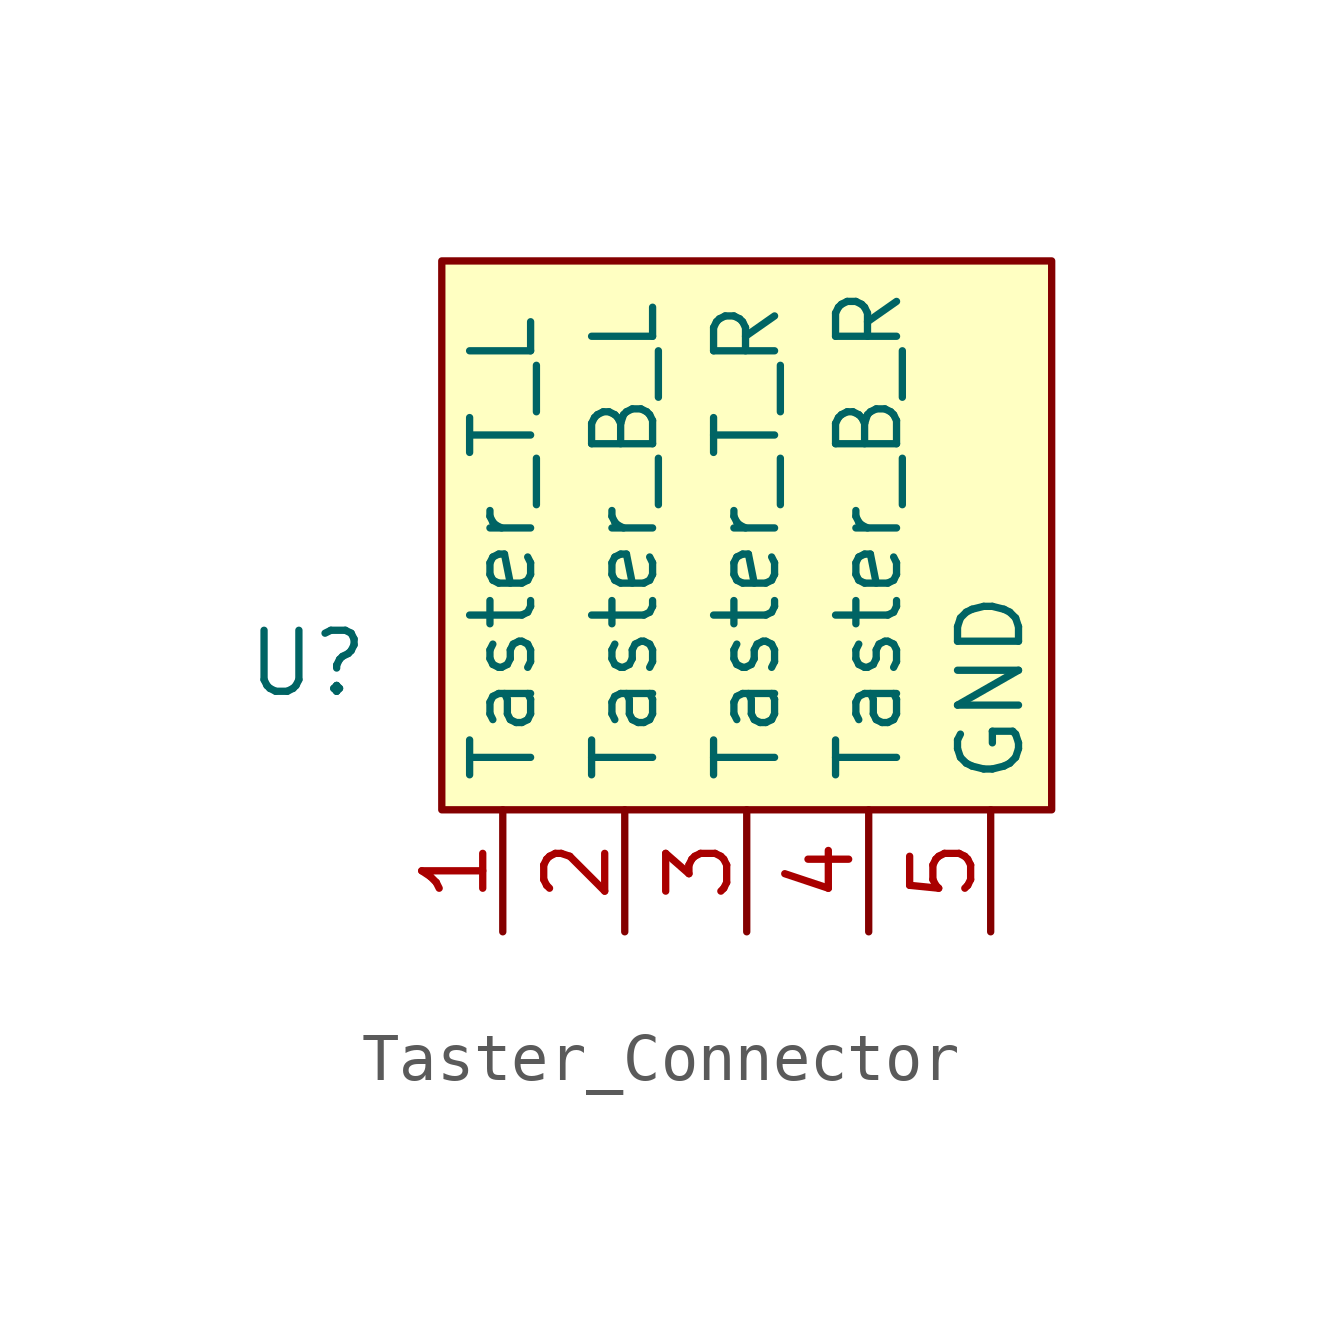
<source format=kicad_sym>
(kicad_symbol_lib
  (version 20231120)
  (generator "kicad_symbol_editor")
  (generator_version "8.0")
  (symbol "Taster_Connector"
    (property "Reference" "U"
      (at -2.794 3.048 0)
      (effects (font (size 1.27 1.27))))
    (property "Value" ""
      (at 0 0 0)
      (effects (font (size 1.27 1.27))))
    (symbol "Taster_Connector_1_1"
      (rectangle (start 0 11.43) (end 12.7 0) (stroke (width 0) (type default)) (fill (type background)))
      (pin input line (at 1.27 -2.54 90) (length 2.54) (name "Taster_T_L" (effects (font (size 1.27 1.27)))) (number "1" (effects (font (size 1.27 1.27)))))
      (pin input line (at 3.81 -2.54 90) (length 2.54) (name "Taster_B_L" (effects (font (size 1.27 1.27)))) (number "2" (effects (font (size 1.27 1.27)))))
      (pin input line (at 6.35 -2.54 90) (length 2.54) (name "Taster_T_R" (effects (font (size 1.27 1.27)))) (number "3" (effects (font (size 1.27 1.27)))))
      (pin input line (at 8.89 -2.54 90) (length 2.54) (name "Taster_B_R" (effects (font (size 1.27 1.27)))) (number "4" (effects (font (size 1.27 1.27)))))
      (pin input line (at 11.43 -2.54 90) (length 2.54) (name "GND" (effects (font (size 1.27 1.27)))) (number "5" (effects (font (size 1.27 1.27))))))))
</source>
